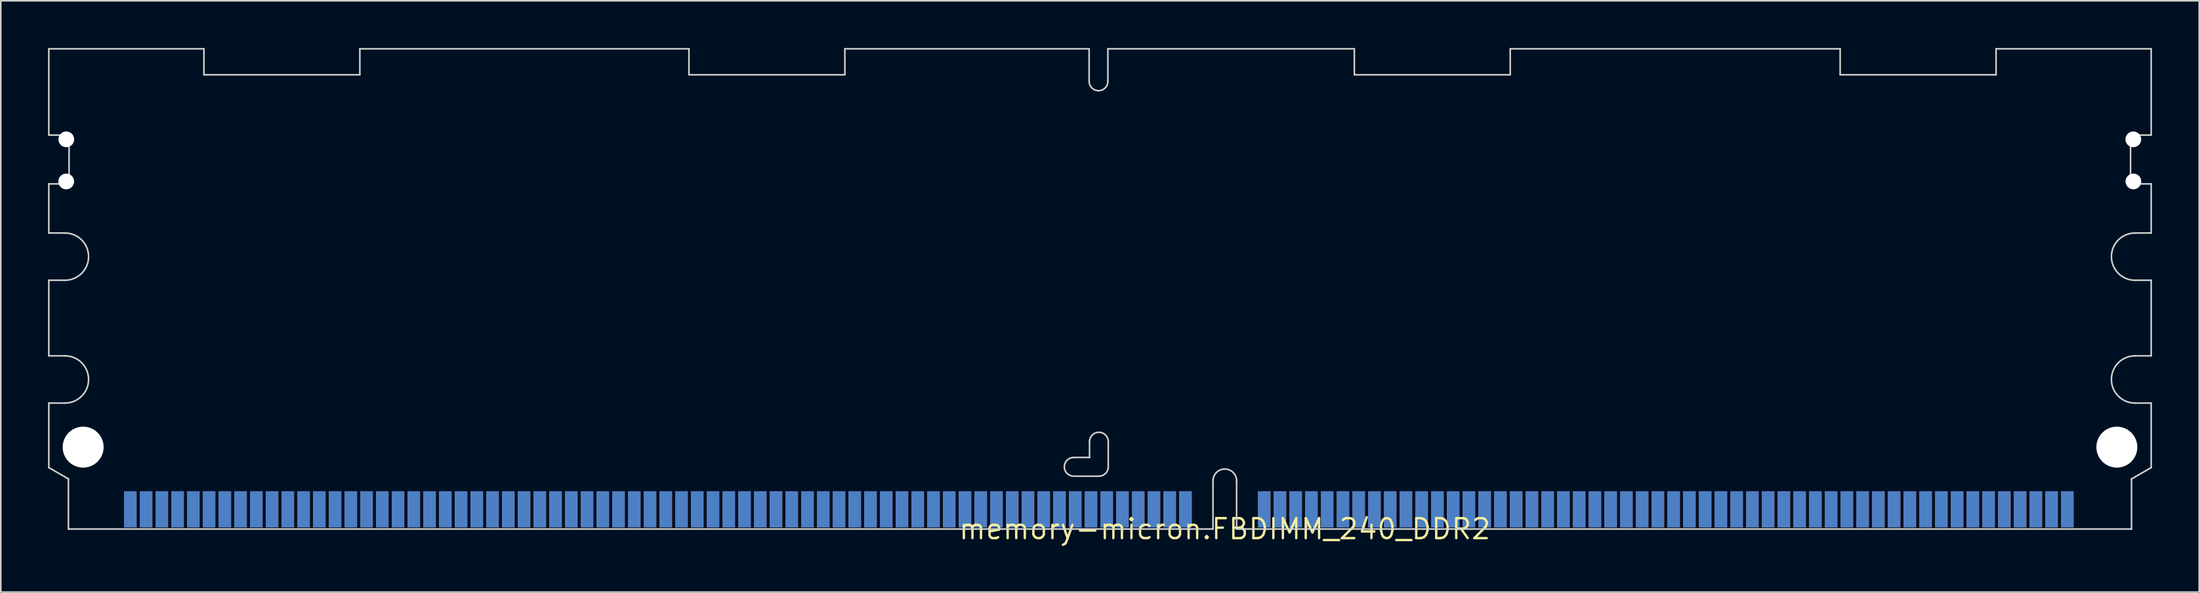
<source format=kicad_pcb>
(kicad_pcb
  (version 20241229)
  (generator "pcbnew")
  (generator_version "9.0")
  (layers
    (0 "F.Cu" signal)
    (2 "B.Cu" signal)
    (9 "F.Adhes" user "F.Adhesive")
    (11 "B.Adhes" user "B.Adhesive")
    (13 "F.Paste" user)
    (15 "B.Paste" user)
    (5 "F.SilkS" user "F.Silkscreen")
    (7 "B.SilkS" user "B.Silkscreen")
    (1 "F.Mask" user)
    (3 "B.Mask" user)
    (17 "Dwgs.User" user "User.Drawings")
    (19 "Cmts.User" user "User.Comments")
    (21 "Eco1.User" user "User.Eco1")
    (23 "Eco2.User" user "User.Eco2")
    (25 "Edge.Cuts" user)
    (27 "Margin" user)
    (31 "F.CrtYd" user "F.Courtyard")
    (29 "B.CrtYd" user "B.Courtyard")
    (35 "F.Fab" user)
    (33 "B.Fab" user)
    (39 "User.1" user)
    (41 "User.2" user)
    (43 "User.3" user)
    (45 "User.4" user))
  (footprint "memory-micron.FBDIMM_240_DDR2"
    (layer "F.Cu")
    (at 74.725 30.55)
    (property "Reference" "memory-micron.FBDIMM_240_DDR2" (at 0 0 0) (layer "F.SilkS") (effects (font (size 1.27 1.27) (thickness 0.15))))
    (attr smd)
    (fp_rect (start -70 0) (end 54 -2.5) (stroke (width 0.05) (type default)) (fill yes) (layer "F.Mask"))
    (fp_rect (start -65.95 0.075) (end -65.05 -2.45) (stroke (width 0.05) (type default)) (fill yes) (layer "F.Mask"))
    (fp_rect (start -64.95 0.075) (end -64.05 -2.45) (stroke (width 0.05) (type default)) (fill yes) (layer "F.Mask"))
    (fp_rect (start -63.95 0.075) (end -63.05 -2.45) (stroke (width 0.05) (type default)) (fill yes) (layer "F.Mask"))
    (fp_rect (start -62.95 0.075) (end -62.05 -2.45) (stroke (width 0.05) (type default)) (fill yes) (layer "F.Mask"))
    (fp_rect (start -61.95 0.075) (end -61.05 -2.45) (stroke (width 0.05) (type default)) (fill yes) (layer "F.Mask"))
    (fp_rect (start -60.95 0.075) (end -60.05 -2.45) (stroke (width 0.05) (type default)) (fill yes) (layer "F.Mask"))
    (fp_rect (start -59.95 0.075) (end -59.05 -2.45) (stroke (width 0.05) (type default)) (fill yes) (layer "F.Mask"))
    (fp_rect (start -58.95 0.075) (end -58.05 -2.45) (stroke (width 0.05) (type default)) (fill yes) (layer "F.Mask"))
    (fp_rect (start -57.95 0.075) (end -57.05 -2.45) (stroke (width 0.05) (type default)) (fill yes) (layer "F.Mask"))
    (fp_rect (start -56.95 0.075) (end -56.05 -2.45) (stroke (width 0.05) (type default)) (fill yes) (layer "F.Mask"))
    (fp_rect (start -55.95 0.075) (end -55.05 -2.45) (stroke (width 0.05) (type default)) (fill yes) (layer "F.Mask"))
    (fp_rect (start -54.95 0.075) (end -54.05 -2.45) (stroke (width 0.05) (type default)) (fill yes) (layer "F.Mask"))
    (fp_rect (start -53.95 0.075) (end -53.05 -2.45) (stroke (width 0.05) (type default)) (fill yes) (layer "F.Mask"))
    (fp_rect (start -52.95 0.075) (end -52.05 -2.45) (stroke (width 0.05) (type default)) (fill yes) (layer "F.Mask"))
    (fp_rect (start -51.95 0.075) (end -51.05 -2.45) (stroke (width 0.05) (type default)) (fill yes) (layer "F.Mask"))
    (fp_rect (start -50.95 0.075) (end -50.05 -2.45) (stroke (width 0.05) (type default)) (fill yes) (layer "F.Mask"))
    (fp_rect (start -49.95 0.075) (end -49.05 -2.45) (stroke (width 0.05) (type default)) (fill yes) (layer "F.Mask"))
    (fp_rect (start -48.95 0.075) (end -48.05 -2.45) (stroke (width 0.05) (type default)) (fill yes) (layer "F.Mask"))
    (fp_rect (start -47.95 0.075) (end -47.05 -2.45) (stroke (width 0.05) (type default)) (fill yes) (layer "F.Mask"))
    (fp_rect (start -46.95 0.075) (end -46.05 -2.45) (stroke (width 0.05) (type default)) (fill yes) (layer "F.Mask"))
    (fp_rect (start -45.95 0.075) (end -45.05 -2.45) (stroke (width 0.05) (type default)) (fill yes) (layer "F.Mask"))
    (fp_rect (start -44.95 0.075) (end -44.05 -2.45) (stroke (width 0.05) (type default)) (fill yes) (layer "F.Mask"))
    (fp_rect (start -43.95 0.075) (end -43.05 -2.45) (stroke (width 0.05) (type default)) (fill yes) (layer "F.Mask"))
    (fp_rect (start -42.95 0.075) (end -42.05 -2.45) (stroke (width 0.05) (type default)) (fill yes) (layer "F.Mask"))
    (fp_rect (start -41.95 0.075) (end -41.05 -2.45) (stroke (width 0.05) (type default)) (fill yes) (layer "F.Mask"))
    (fp_rect (start -40.95 0.075) (end -40.05 -2.45) (stroke (width 0.05) (type default)) (fill yes) (layer "F.Mask"))
    (fp_rect (start -39.95 0.075) (end -39.05 -2.45) (stroke (width 0.05) (type default)) (fill yes) (layer "F.Mask"))
    (fp_rect (start -38.95 0.075) (end -38.05 -2.45) (stroke (width 0.05) (type default)) (fill yes) (layer "F.Mask"))
    (fp_rect (start -37.95 0.075) (end -37.05 -2.45) (stroke (width 0.05) (type default)) (fill yes) (layer "F.Mask"))
    (fp_rect (start -36.95 0.075) (end -36.05 -2.45) (stroke (width 0.05) (type default)) (fill yes) (layer "F.Mask"))
    (fp_rect (start -35.95 0.075) (end -35.05 -2.45) (stroke (width 0.05) (type default)) (fill yes) (layer "F.Mask"))
    (fp_rect (start -34.95 0.075) (end -34.05 -2.45) (stroke (width 0.05) (type default)) (fill yes) (layer "F.Mask"))
    (fp_rect (start -33.95 0.075) (end -33.05 -2.45) (stroke (width 0.05) (type default)) (fill yes) (layer "F.Mask"))
    (fp_rect (start -32.95 0.075) (end -32.05 -2.45) (stroke (width 0.05) (type default)) (fill yes) (layer "F.Mask"))
    (fp_rect (start -31.95 0.075) (end -31.05 -2.45) (stroke (width 0.05) (type default)) (fill yes) (layer "F.Mask"))
    (fp_rect (start -30.95 0.075) (end -30.05 -2.45) (stroke (width 0.05) (type default)) (fill yes) (layer "F.Mask"))
    (fp_rect (start -29.95 0.075) (end -29.05 -2.45) (stroke (width 0.05) (type default)) (fill yes) (layer "F.Mask"))
    (fp_rect (start -28.95 0.075) (end -28.05 -2.45) (stroke (width 0.05) (type default)) (fill yes) (layer "F.Mask"))
    (fp_rect (start -27.95 0.075) (end -27.05 -2.45) (stroke (width 0.05) (type default)) (fill yes) (layer "F.Mask"))
    (fp_rect (start -26.95 0.075) (end -26.05 -2.45) (stroke (width 0.05) (type default)) (fill yes) (layer "F.Mask"))
    (fp_rect (start -25.95 0.075) (end -25.05 -2.45) (stroke (width 0.05) (type default)) (fill yes) (layer "F.Mask"))
    (fp_rect (start -24.95 0.075) (end -24.05 -2.45) (stroke (width 0.05) (type default)) (fill yes) (layer "F.Mask"))
    (fp_rect (start -23.95 0.075) (end -23.05 -2.45) (stroke (width 0.05) (type default)) (fill yes) (layer "F.Mask"))
    (fp_rect (start -22.95 0.075) (end -22.05 -2.45) (stroke (width 0.05) (type default)) (fill yes) (layer "F.Mask"))
    (fp_rect (start -21.95 0.075) (end -21.05 -2.45) (stroke (width 0.05) (type default)) (fill yes) (layer "F.Mask"))
    (fp_rect (start -20.95 0.075) (end -20.05 -2.45) (stroke (width 0.05) (type default)) (fill yes) (layer "F.Mask"))
    (fp_rect (start -19.95 0.075) (end -19.05 -2.45) (stroke (width 0.05) (type default)) (fill yes) (layer "F.Mask"))
    (fp_rect (start -18.95 0.075) (end -18.05 -2.45) (stroke (width 0.05) (type default)) (fill yes) (layer "F.Mask"))
    (fp_rect (start -17.95 0.075) (end -17.05 -2.45) (stroke (width 0.05) (type default)) (fill yes) (layer "F.Mask"))
    (fp_rect (start -16.95 0.075) (end -16.05 -2.45) (stroke (width 0.05) (type default)) (fill yes) (layer "F.Mask"))
    (fp_rect (start -15.95 0.075) (end -15.05 -2.45) (stroke (width 0.05) (type default)) (fill yes) (layer "F.Mask"))
    (fp_rect (start -14.95 0.075) (end -14.05 -2.45) (stroke (width 0.05) (type default)) (fill yes) (layer "F.Mask"))
    (fp_rect (start -13.95 0.075) (end -13.05 -2.45) (stroke (width 0.05) (type default)) (fill yes) (layer "F.Mask"))
    (fp_rect (start -12.95 0.075) (end -12.05 -2.45) (stroke (width 0.05) (type default)) (fill yes) (layer "F.Mask"))
    (fp_rect (start -11.95 0.075) (end -11.05 -2.45) (stroke (width 0.05) (type default)) (fill yes) (layer "F.Mask"))
    (fp_rect (start -10.95 0.075) (end -10.05 -2.45) (stroke (width 0.05) (type default)) (fill yes) (layer "F.Mask"))
    (fp_rect (start -9.95 0.075) (end -9.05 -2.45) (stroke (width 0.05) (type default)) (fill yes) (layer "F.Mask"))
    (fp_rect (start -8.95 0.075) (end -8.05 -2.45) (stroke (width 0.05) (type default)) (fill yes) (layer "F.Mask"))
    (fp_rect (start -7.95 0.075) (end -7.05 -2.45) (stroke (width 0.05) (type default)) (fill yes) (layer "F.Mask"))
    (fp_rect (start -6.95 0.075) (end -6.05 -2.45) (stroke (width 0.05) (type default)) (fill yes) (layer "F.Mask"))
    (fp_rect (start -5.95 0.075) (end -5.05 -2.45) (stroke (width 0.05) (type default)) (fill yes) (layer "F.Mask"))
    (fp_rect (start -4.95 0.075) (end -4.05 -2.45) (stroke (width 0.05) (type default)) (fill yes) (layer "F.Mask"))
    (fp_rect (start -3.95 0.075) (end -3.05 -2.45) (stroke (width 0.05) (type default)) (fill yes) (layer "F.Mask"))
    (fp_rect (start -2.95 0.075) (end -2.05 -2.45) (stroke (width 0.05) (type default)) (fill yes) (layer "F.Mask"))
    (fp_rect (start 2.55 0.075) (end 3.45 -2.45) (stroke (width 0.05) (type default)) (fill yes) (layer "F.Mask"))
    (fp_rect (start 3.55 0.075) (end 4.45 -2.45) (stroke (width 0.05) (type default)) (fill yes) (layer "F.Mask"))
    (fp_rect (start 4.55 0.075) (end 5.45 -2.45) (stroke (width 0.05) (type default)) (fill yes) (layer "F.Mask"))
    (fp_rect (start 5.55 0.075) (end 6.45 -2.45) (stroke (width 0.05) (type default)) (fill yes) (layer "F.Mask"))
    (fp_rect (start 6.55 0.075) (end 7.45 -2.45) (stroke (width 0.05) (type default)) (fill yes) (layer "F.Mask"))
    (fp_rect (start 7.55 0.075) (end 8.45 -2.45) (stroke (width 0.05) (type default)) (fill yes) (layer "F.Mask"))
    (fp_rect (start 8.55 0.075) (end 9.45 -2.45) (stroke (width 0.05) (type default)) (fill yes) (layer "F.Mask"))
    (fp_rect (start 9.55 0.075) (end 10.45 -2.45) (stroke (width 0.05) (type default)) (fill yes) (layer "F.Mask"))
    (fp_rect (start 10.55 0.075) (end 11.45 -2.45) (stroke (width 0.05) (type default)) (fill yes) (layer "F.Mask"))
    (fp_rect (start 11.55 0.075) (end 12.45 -2.45) (stroke (width 0.05) (type default)) (fill yes) (layer "F.Mask"))
    (fp_rect (start 12.55 0.075) (end 13.45 -2.45) (stroke (width 0.05) (type default)) (fill yes) (layer "F.Mask"))
    (fp_rect (start 13.55 0.075) (end 14.45 -2.45) (stroke (width 0.05) (type default)) (fill yes) (layer "F.Mask"))
    (fp_rect (start 14.55 0.075) (end 15.45 -2.45) (stroke (width 0.05) (type default)) (fill yes) (layer "F.Mask"))
    (fp_rect (start 15.55 0.075) (end 16.45 -2.45) (stroke (width 0.05) (type default)) (fill yes) (layer "F.Mask"))
    (fp_rect (start 16.55 0.075) (end 17.45 -2.45) (stroke (width 0.05) (type default)) (fill yes) (layer "F.Mask"))
    (fp_rect (start 17.55 0.075) (end 18.45 -2.45) (stroke (width 0.05) (type default)) (fill yes) (layer "F.Mask"))
    (fp_rect (start 18.55 0.075) (end 19.45 -2.45) (stroke (width 0.05) (type default)) (fill yes) (layer "F.Mask"))
    (fp_rect (start 19.55 0.075) (end 20.45 -2.45) (stroke (width 0.05) (type default)) (fill yes) (layer "F.Mask"))
    (fp_rect (start 20.55 0.075) (end 21.45 -2.45) (stroke (width 0.05) (type default)) (fill yes) (layer "F.Mask"))
    (fp_rect (start 21.55 0.075) (end 22.45 -2.45) (stroke (width 0.05) (type default)) (fill yes) (layer "F.Mask"))
    (fp_rect (start 22.55 0.075) (end 23.45 -2.45) (stroke (width 0.05) (type default)) (fill yes) (layer "F.Mask"))
    (fp_rect (start 23.55 0.075) (end 24.45 -2.45) (stroke (width 0.05) (type default)) (fill yes) (layer "F.Mask"))
    (fp_rect (start 24.55 0.075) (end 25.45 -2.45) (stroke (width 0.05) (type default)) (fill yes) (layer "F.Mask"))
    (fp_rect (start 25.55 0.075) (end 26.45 -2.45) (stroke (width 0.05) (type default)) (fill yes) (layer "F.Mask"))
    (fp_rect (start 26.55 0.075) (end 27.45 -2.45) (stroke (width 0.05) (type default)) (fill yes) (layer "F.Mask"))
    (fp_rect (start 27.55 0.075) (end 28.45 -2.45) (stroke (width 0.05) (type default)) (fill yes) (layer "F.Mask"))
    (fp_rect (start 28.55 0.075) (end 29.45 -2.45) (stroke (width 0.05) (type default)) (fill yes) (layer "F.Mask"))
    (fp_rect (start 29.55 0.075) (end 30.45 -2.45) (stroke (width 0.05) (type default)) (fill yes) (layer "F.Mask"))
    (fp_rect (start 30.55 0.075) (end 31.45 -2.45) (stroke (width 0.05) (type default)) (fill yes) (layer "F.Mask"))
    (fp_rect (start 31.55 0.075) (end 32.45 -2.45) (stroke (width 0.05) (type default)) (fill yes) (layer "F.Mask"))
    (fp_rect (start 32.55 0.075) (end 33.45 -2.45) (stroke (width 0.05) (type default)) (fill yes) (layer "F.Mask"))
    (fp_rect (start 33.55 0.075) (end 34.45 -2.45) (stroke (width 0.05) (type default)) (fill yes) (layer "F.Mask"))
    (fp_rect (start 34.55 0.075) (end 35.45 -2.45) (stroke (width 0.05) (type default)) (fill yes) (layer "F.Mask"))
    (fp_rect (start 35.55 0.075) (end 36.45 -2.45) (stroke (width 0.05) (type default)) (fill yes) (layer "F.Mask"))
    (fp_rect (start 36.55 0.075) (end 37.45 -2.45) (stroke (width 0.05) (type default)) (fill yes) (layer "F.Mask"))
    (fp_rect (start 37.55 0.075) (end 38.45 -2.45) (stroke (width 0.05) (type default)) (fill yes) (layer "F.Mask"))
    (fp_rect (start 38.55 0.075) (end 39.45 -2.45) (stroke (width 0.05) (type default)) (fill yes) (layer "F.Mask"))
    (fp_rect (start 39.55 0.075) (end 40.45 -2.45) (stroke (width 0.05) (type default)) (fill yes) (layer "F.Mask"))
    (fp_rect (start 40.55 0.075) (end 41.45 -2.45) (stroke (width 0.05) (type default)) (fill yes) (layer "F.Mask"))
    (fp_rect (start 41.55 0.075) (end 42.45 -2.45) (stroke (width 0.05) (type default)) (fill yes) (layer "F.Mask"))
    (fp_rect (start 42.55 0.075) (end 43.45 -2.45) (stroke (width 0.05) (type default)) (fill yes) (layer "F.Mask"))
    (fp_rect (start 43.55 0.075) (end 44.45 -2.45) (stroke (width 0.05) (type default)) (fill yes) (layer "F.Mask"))
    (fp_rect (start 44.55 0.075) (end 45.45 -2.45) (stroke (width 0.05) (type default)) (fill yes) (layer "F.Mask"))
    (fp_rect (start 45.55 0.075) (end 46.45 -2.45) (stroke (width 0.05) (type default)) (fill yes) (layer "F.Mask"))
    (fp_rect (start 46.55 0.075) (end 47.45 -2.45) (stroke (width 0.05) (type default)) (fill yes) (layer "F.Mask"))
    (fp_rect (start 47.55 0.075) (end 48.45 -2.45) (stroke (width 0.05) (type default)) (fill yes) (layer "F.Mask"))
    (fp_rect (start 48.55 0.075) (end 49.45 -2.45) (stroke (width 0.05) (type default)) (fill yes) (layer "F.Mask"))
    (fp_rect (start 49.55 0.075) (end 50.45 -2.45) (stroke (width 0.05) (type default)) (fill yes) (layer "F.Mask"))
    (fp_rect (start 50.55 0.075) (end 51.45 -2.45) (stroke (width 0.05) (type default)) (fill yes) (layer "F.Mask"))
    (fp_rect (start 51.55 0.075) (end 52.45 -2.45) (stroke (width 0.05) (type default)) (fill yes) (layer "F.Mask"))
    (fp_rect (start 52.55 0.075) (end 53.45 -2.45) (stroke (width 0.05) (type default)) (fill yes) (layer "F.Mask"))
    (fp_rect (start 53.55 0.075) (end 54.45 -2.45) (stroke (width 0.05) (type default)) (fill yes) (layer "F.Mask"))
    (fp_rect (start 54.55 0.075) (end 55.45 -2.45) (stroke (width 0.05) (type default)) (fill yes) (layer "F.Mask"))
    (fp_rect (start 55.55 0.075) (end 56.45 -2.45) (stroke (width 0.05) (type default)) (fill yes) (layer "F.Mask"))
    (fp_rect (start 56.55 0.075) (end 57.45 -2.45) (stroke (width 0.05) (type default)) (fill yes) (layer "F.Mask"))
    (fp_rect (start 57.55 0.075) (end 58.45 -2.45) (stroke (width 0.05) (type default)) (fill yes) (layer "F.Mask"))
    (fp_rect (start -70 0) (end 54 -2.5) (stroke (width 0.05) (type default)) (fill yes) (layer "B.Mask"))
    (fp_rect (start -65.95 0.075) (end -65.05 -2.45) (stroke (width 0.05) (type default)) (fill yes) (layer "B.Mask"))
    (fp_rect (start -64.95 0.075) (end -64.05 -2.45) (stroke (width 0.05) (type default)) (fill yes) (layer "B.Mask"))
    (fp_rect (start -63.95 0.075) (end -63.05 -2.45) (stroke (width 0.05) (type default)) (fill yes) (layer "B.Mask"))
    (fp_rect (start -62.95 0.075) (end -62.05 -2.45) (stroke (width 0.05) (type default)) (fill yes) (layer "B.Mask"))
    (fp_rect (start -61.95 0.075) (end -61.05 -2.45) (stroke (width 0.05) (type default)) (fill yes) (layer "B.Mask"))
    (fp_rect (start -60.95 0.075) (end -60.05 -2.45) (stroke (width 0.05) (type default)) (fill yes) (layer "B.Mask"))
    (fp_rect (start -59.95 0.075) (end -59.05 -2.45) (stroke (width 0.05) (type default)) (fill yes) (layer "B.Mask"))
    (fp_rect (start -58.95 0.075) (end -58.05 -2.45) (stroke (width 0.05) (type default)) (fill yes) (layer "B.Mask"))
    (fp_rect (start -57.95 0.075) (end -57.05 -2.45) (stroke (width 0.05) (type default)) (fill yes) (layer "B.Mask"))
    (fp_rect (start -56.95 0.075) (end -56.05 -2.45) (stroke (width 0.05) (type default)) (fill yes) (layer "B.Mask"))
    (fp_rect (start -55.95 0.075) (end -55.05 -2.45) (stroke (width 0.05) (type default)) (fill yes) (layer "B.Mask"))
    (fp_rect (start -54.95 0.075) (end -54.05 -2.45) (stroke (width 0.05) (type default)) (fill yes) (layer "B.Mask"))
    (fp_rect (start -53.95 0.075) (end -53.05 -2.45) (stroke (width 0.05) (type default)) (fill yes) (layer "B.Mask"))
    (fp_rect (start -52.95 0.075) (end -52.05 -2.45) (stroke (width 0.05) (type default)) (fill yes) (layer "B.Mask"))
    (fp_rect (start -51.95 0.075) (end -51.05 -2.45) (stroke (width 0.05) (type default)) (fill yes) (layer "B.Mask"))
    (fp_rect (start -50.95 0.075) (end -50.05 -2.45) (stroke (width 0.05) (type default)) (fill yes) (layer "B.Mask"))
    (fp_rect (start -49.95 0.075) (end -49.05 -2.45) (stroke (width 0.05) (type default)) (fill yes) (layer "B.Mask"))
    (fp_rect (start -48.95 0.075) (end -48.05 -2.45) (stroke (width 0.05) (type default)) (fill yes) (layer "B.Mask"))
    (fp_rect (start -47.95 0.075) (end -47.05 -2.45) (stroke (width 0.05) (type default)) (fill yes) (layer "B.Mask"))
    (fp_rect (start -46.95 0.075) (end -46.05 -2.45) (stroke (width 0.05) (type default)) (fill yes) (layer "B.Mask"))
    (fp_rect (start -45.95 0.075) (end -45.05 -2.45) (stroke (width 0.05) (type default)) (fill yes) (layer "B.Mask"))
    (fp_rect (start -44.95 0.075) (end -44.05 -2.45) (stroke (width 0.05) (type default)) (fill yes) (layer "B.Mask"))
    (fp_rect (start -43.95 0.075) (end -43.05 -2.45) (stroke (width 0.05) (type default)) (fill yes) (layer "B.Mask"))
    (fp_rect (start -42.95 0.075) (end -42.05 -2.45) (stroke (width 0.05) (type default)) (fill yes) (layer "B.Mask"))
    (fp_rect (start -41.95 0.075) (end -41.05 -2.45) (stroke (width 0.05) (type default)) (fill yes) (layer "B.Mask"))
    (fp_rect (start -40.95 0.075) (end -40.05 -2.45) (stroke (width 0.05) (type default)) (fill yes) (layer "B.Mask"))
    (fp_rect (start -39.95 0.075) (end -39.05 -2.45) (stroke (width 0.05) (type default)) (fill yes) (layer "B.Mask"))
    (fp_rect (start -38.95 0.075) (end -38.05 -2.45) (stroke (width 0.05) (type default)) (fill yes) (layer "B.Mask"))
    (fp_rect (start -37.95 0.075) (end -37.05 -2.45) (stroke (width 0.05) (type default)) (fill yes) (layer "B.Mask"))
    (fp_rect (start -36.95 0.075) (end -36.05 -2.45) (stroke (width 0.05) (type default)) (fill yes) (layer "B.Mask"))
    (fp_rect (start -35.95 0.075) (end -35.05 -2.45) (stroke (width 0.05) (type default)) (fill yes) (layer "B.Mask"))
    (fp_rect (start -34.95 0.075) (end -34.05 -2.45) (stroke (width 0.05) (type default)) (fill yes) (layer "B.Mask"))
    (fp_rect (start -33.95 0.075) (end -33.05 -2.45) (stroke (width 0.05) (type default)) (fill yes) (layer "B.Mask"))
    (fp_rect (start -32.95 0.075) (end -32.05 -2.45) (stroke (width 0.05) (type default)) (fill yes) (layer "B.Mask"))
    (fp_rect (start -31.95 0.075) (end -31.05 -2.45) (stroke (width 0.05) (type default)) (fill yes) (layer "B.Mask"))
    (fp_rect (start -30.95 0.075) (end -30.05 -2.45) (stroke (width 0.05) (type default)) (fill yes) (layer "B.Mask"))
    (fp_rect (start -29.95 0.075) (end -29.05 -2.45) (stroke (width 0.05) (type default)) (fill yes) (layer "B.Mask"))
    (fp_rect (start -28.95 0.075) (end -28.05 -2.45) (stroke (width 0.05) (type default)) (fill yes) (layer "B.Mask"))
    (fp_rect (start -27.95 0.075) (end -27.05 -2.45) (stroke (width 0.05) (type default)) (fill yes) (layer "B.Mask"))
    (fp_rect (start -26.95 0.075) (end -26.05 -2.45) (stroke (width 0.05) (type default)) (fill yes) (layer "B.Mask"))
    (fp_rect (start -25.95 0.075) (end -25.05 -2.45) (stroke (width 0.05) (type default)) (fill yes) (layer "B.Mask"))
    (fp_rect (start -24.95 0.075) (end -24.05 -2.45) (stroke (width 0.05) (type default)) (fill yes) (layer "B.Mask"))
    (fp_rect (start -23.95 0.075) (end -23.05 -2.45) (stroke (width 0.05) (type default)) (fill yes) (layer "B.Mask"))
    (fp_rect (start -22.95 0.075) (end -22.05 -2.45) (stroke (width 0.05) (type default)) (fill yes) (layer "B.Mask"))
    (fp_rect (start -21.95 0.075) (end -21.05 -2.45) (stroke (width 0.05) (type default)) (fill yes) (layer "B.Mask"))
    (fp_rect (start -20.95 0.075) (end -20.05 -2.45) (stroke (width 0.05) (type default)) (fill yes) (layer "B.Mask"))
    (fp_rect (start -19.95 0.075) (end -19.05 -2.45) (stroke (width 0.05) (type default)) (fill yes) (layer "B.Mask"))
    (fp_rect (start -18.95 0.075) (end -18.05 -2.45) (stroke (width 0.05) (type default)) (fill yes) (layer "B.Mask"))
    (fp_rect (start -17.95 0.075) (end -17.05 -2.45) (stroke (width 0.05) (type default)) (fill yes) (layer "B.Mask"))
    (fp_rect (start -16.95 0.075) (end -16.05 -2.45) (stroke (width 0.05) (type default)) (fill yes) (layer "B.Mask"))
    (fp_rect (start -15.95 0.075) (end -15.05 -2.45) (stroke (width 0.05) (type default)) (fill yes) (layer "B.Mask"))
    (fp_rect (start -14.95 0.075) (end -14.05 -2.45) (stroke (width 0.05) (type default)) (fill yes) (layer "B.Mask"))
    (fp_rect (start -13.95 0.075) (end -13.05 -2.45) (stroke (width 0.05) (type default)) (fill yes) (layer "B.Mask"))
    (fp_rect (start -12.95 0.075) (end -12.05 -2.45) (stroke (width 0.05) (type default)) (fill yes) (layer "B.Mask"))
    (fp_rect (start -11.95 0.075) (end -11.05 -2.45) (stroke (width 0.05) (type default)) (fill yes) (layer "B.Mask"))
    (fp_rect (start -10.95 0.075) (end -10.05 -2.45) (stroke (width 0.05) (type default)) (fill yes) (layer "B.Mask"))
    (fp_rect (start -9.95 0.075) (end -9.05 -2.45) (stroke (width 0.05) (type default)) (fill yes) (layer "B.Mask"))
    (fp_rect (start -8.95 0.075) (end -8.05 -2.45) (stroke (width 0.05) (type default)) (fill yes) (layer "B.Mask"))
    (fp_rect (start -7.95 0.075) (end -7.05 -2.45) (stroke (width 0.05) (type default)) (fill yes) (layer "B.Mask"))
    (fp_rect (start -6.95 0.075) (end -6.05 -2.45) (stroke (width 0.05) (type default)) (fill yes) (layer "B.Mask"))
    (fp_rect (start -5.95 0.075) (end -5.05 -2.45) (stroke (width 0.05) (type default)) (fill yes) (layer "B.Mask"))
    (fp_rect (start -4.95 0.075) (end -4.05 -2.45) (stroke (width 0.05) (type default)) (fill yes) (layer "B.Mask"))
    (fp_rect (start -3.95 0.075) (end -3.05 -2.45) (stroke (width 0.05) (type default)) (fill yes) (layer "B.Mask"))
    (fp_rect (start -2.95 0.075) (end -2.05 -2.45) (stroke (width 0.05) (type default)) (fill yes) (layer "B.Mask"))
    (fp_rect (start 2.55 0.075) (end 3.45 -2.45) (stroke (width 0.05) (type default)) (fill yes) (layer "B.Mask"))
    (fp_rect (start 3.55 0.075) (end 4.45 -2.45) (stroke (width 0.05) (type default)) (fill yes) (layer "B.Mask"))
    (fp_rect (start 4.55 0.075) (end 5.45 -2.45) (stroke (width 0.05) (type default)) (fill yes) (layer "B.Mask"))
    (fp_rect (start 5.55 0.075) (end 6.45 -2.45) (stroke (width 0.05) (type default)) (fill yes) (layer "B.Mask"))
    (fp_rect (start 6.55 0.075) (end 7.45 -2.45) (stroke (width 0.05) (type default)) (fill yes) (layer "B.Mask"))
    (fp_rect (start 7.55 0.075) (end 8.45 -2.45) (stroke (width 0.05) (type default)) (fill yes) (layer "B.Mask"))
    (fp_rect (start 8.55 0.075) (end 9.45 -2.45) (stroke (width 0.05) (type default)) (fill yes) (layer "B.Mask"))
    (fp_rect (start 9.55 0.075) (end 10.45 -2.45) (stroke (width 0.05) (type default)) (fill yes) (layer "B.Mask"))
    (fp_rect (start 10.55 0.075) (end 11.45 -2.45) (stroke (width 0.05) (type default)) (fill yes) (layer "B.Mask"))
    (fp_rect (start 11.55 0.075) (end 12.45 -2.45) (stroke (width 0.05) (type default)) (fill yes) (layer "B.Mask"))
    (fp_rect (start 12.55 0.075) (end 13.45 -2.45) (stroke (width 0.05) (type default)) (fill yes) (layer "B.Mask"))
    (fp_rect (start 13.55 0.075) (end 14.45 -2.45) (stroke (width 0.05) (type default)) (fill yes) (layer "B.Mask"))
    (fp_rect (start 14.55 0.075) (end 15.45 -2.45) (stroke (width 0.05) (type default)) (fill yes) (layer "B.Mask"))
    (fp_rect (start 15.55 0.075) (end 16.45 -2.45) (stroke (width 0.05) (type default)) (fill yes) (layer "B.Mask"))
    (fp_rect (start 16.55 0.075) (end 17.45 -2.45) (stroke (width 0.05) (type default)) (fill yes) (layer "B.Mask"))
    (fp_rect (start 17.55 0.075) (end 18.45 -2.45) (stroke (width 0.05) (type default)) (fill yes) (layer "B.Mask"))
    (fp_rect (start 18.55 0.075) (end 19.45 -2.45) (stroke (width 0.05) (type default)) (fill yes) (layer "B.Mask"))
    (fp_rect (start 19.55 0.075) (end 20.45 -2.45) (stroke (width 0.05) (type default)) (fill yes) (layer "B.Mask"))
    (fp_rect (start 20.55 0.075) (end 21.45 -2.45) (stroke (width 0.05) (type default)) (fill yes) (layer "B.Mask"))
    (fp_rect (start 21.55 0.075) (end 22.45 -2.45) (stroke (width 0.05) (type default)) (fill yes) (layer "B.Mask"))
    (fp_rect (start 22.55 0.075) (end 23.45 -2.45) (stroke (width 0.05) (type default)) (fill yes) (layer "B.Mask"))
    (fp_rect (start 23.55 0.075) (end 24.45 -2.45) (stroke (width 0.05) (type default)) (fill yes) (layer "B.Mask"))
    (fp_rect (start 24.55 0.075) (end 25.45 -2.45) (stroke (width 0.05) (type default)) (fill yes) (layer "B.Mask"))
    (fp_rect (start 25.55 0.075) (end 26.45 -2.45) (stroke (width 0.05) (type default)) (fill yes) (layer "B.Mask"))
    (fp_rect (start 26.55 0.075) (end 27.45 -2.45) (stroke (width 0.05) (type default)) (fill yes) (layer "B.Mask"))
    (fp_rect (start 27.55 0.075) (end 28.45 -2.45) (stroke (width 0.05) (type default)) (fill yes) (layer "B.Mask"))
    (fp_rect (start 28.55 0.075) (end 29.45 -2.45) (stroke (width 0.05) (type default)) (fill yes) (layer "B.Mask"))
    (fp_rect (start 29.55 0.075) (end 30.45 -2.45) (stroke (width 0.05) (type default)) (fill yes) (layer "B.Mask"))
    (fp_rect (start 30.55 0.075) (end 31.45 -2.45) (stroke (width 0.05) (type default)) (fill yes) (layer "B.Mask"))
    (fp_rect (start 31.55 0.075) (end 32.45 -2.45) (stroke (width 0.05) (type default)) (fill yes) (layer "B.Mask"))
    (fp_rect (start 32.55 0.075) (end 33.45 -2.45) (stroke (width 0.05) (type default)) (fill yes) (layer "B.Mask"))
    (fp_rect (start 33.55 0.075) (end 34.45 -2.45) (stroke (width 0.05) (type default)) (fill yes) (layer "B.Mask"))
    (fp_rect (start 34.55 0.075) (end 35.45 -2.45) (stroke (width 0.05) (type default)) (fill yes) (layer "B.Mask"))
    (fp_rect (start 35.55 0.075) (end 36.45 -2.45) (stroke (width 0.05) (type default)) (fill yes) (layer "B.Mask"))
    (fp_rect (start 36.55 0.075) (end 37.45 -2.45) (stroke (width 0.05) (type default)) (fill yes) (layer "B.Mask"))
    (fp_rect (start 37.55 0.075) (end 38.45 -2.45) (stroke (width 0.05) (type default)) (fill yes) (layer "B.Mask"))
    (fp_rect (start 38.55 0.075) (end 39.45 -2.45) (stroke (width 0.05) (type default)) (fill yes) (layer "B.Mask"))
    (fp_rect (start 39.55 0.075) (end 40.45 -2.45) (stroke (width 0.05) (type default)) (fill yes) (layer "B.Mask"))
    (fp_rect (start 40.55 0.075) (end 41.45 -2.45) (stroke (width 0.05) (type default)) (fill yes) (layer "B.Mask"))
    (fp_rect (start 41.55 0.075) (end 42.45 -2.45) (stroke (width 0.05) (type default)) (fill yes) (layer "B.Mask"))
    (fp_rect (start 42.55 0.075) (end 43.45 -2.45) (stroke (width 0.05) (type default)) (fill yes) (layer "B.Mask"))
    (fp_rect (start 43.55 0.075) (end 44.45 -2.45) (stroke (width 0.05) (type default)) (fill yes) (layer "B.Mask"))
    (fp_rect (start 44.55 0.075) (end 45.45 -2.45) (stroke (width 0.05) (type default)) (fill yes) (layer "B.Mask"))
    (fp_rect (start 45.55 0.075) (end 46.45 -2.45) (stroke (width 0.05) (type default)) (fill yes) (layer "B.Mask"))
    (fp_rect (start 46.55 0.075) (end 47.45 -2.45) (stroke (width 0.05) (type default)) (fill yes) (layer "B.Mask"))
    (fp_rect (start 47.55 0.075) (end 48.45 -2.45) (stroke (width 0.05) (type default)) (fill yes) (layer "B.Mask"))
    (fp_rect (start 48.55 0.075) (end 49.45 -2.45) (stroke (width 0.05) (type default)) (fill yes) (layer "B.Mask"))
    (fp_rect (start 49.55 0.075) (end 50.45 -2.45) (stroke (width 0.05) (type default)) (fill yes) (layer "B.Mask"))
    (fp_rect (start 50.55 0.075) (end 51.45 -2.45) (stroke (width 0.05) (type default)) (fill yes) (layer "B.Mask"))
    (fp_rect (start 51.55 0.075) (end 52.45 -2.45) (stroke (width 0.05) (type default)) (fill yes) (layer "B.Mask"))
    (fp_rect (start 52.55 0.075) (end 53.45 -2.45) (stroke (width 0.05) (type default)) (fill yes) (layer "B.Mask"))
    (fp_rect (start 53.55 0.075) (end 54.45 -2.45) (stroke (width 0.05) (type default)) (fill yes) (layer "B.Mask"))
    (fp_rect (start 54.55 0.075) (end 55.45 -2.45) (stroke (width 0.05) (type default)) (fill yes) (layer "B.Mask"))
    (fp_rect (start 55.55 0.075) (end 56.45 -2.45) (stroke (width 0.05) (type default)) (fill yes) (layer "B.Mask"))
    (fp_rect (start 56.55 0.075) (end 57.45 -2.45) (stroke (width 0.05) (type default)) (fill yes) (layer "B.Mask"))
    (fp_rect (start 57.55 0.075) (end 58.45 -2.45) (stroke (width 0.05) (type default)) (fill yes) (layer "B.Mask"))
    (fp_line (start -74.675 -30.5) (end -74.675 -25.02) (stroke (width 0.1) (type default)) (layer "Edge.Cuts"))
    (fp_line (start -74.675 -21.92) (end -74.675 -18.8) (stroke (width 0.1) (type default)) (layer "Edge.Cuts"))
    (fp_line (start -74.675 -18.8) (end -73.65 -18.8) (stroke (width 0.1) (type default)) (layer "Edge.Cuts"))
    (fp_line (start -74.675 -15.8) (end -74.675 -11) (stroke (width 0.1) (type default)) (layer "Edge.Cuts"))
    (fp_line (start -74.675 -15.8) (end -73.65 -15.8) (stroke (width 0.1) (type default)) (layer "Edge.Cuts"))
    (fp_line (start -74.675 -11) (end -73.65 -11) (stroke (width 0.1) (type default)) (layer "Edge.Cuts"))
    (fp_line (start -74.675 -8) (end -74.675 -3.9) (stroke (width 0.1) (type default)) (layer "Edge.Cuts"))
    (fp_line (start -74.675 -8) (end -73.65 -8) (stroke (width 0.1) (type default)) (layer "Edge.Cuts"))
    (fp_line (start -74.675 -3.9) (end -73.43 -3.185) (stroke (width 0.1) (type default)) (layer "Edge.Cuts"))
    (fp_line (start -74.04 -21.92) (end -74.675 -21.92) (stroke (width 0.1) (type default)) (layer "Edge.Cuts"))
    (fp_line (start -73.98 -25.02) (end -74.675 -25.02) (stroke (width 0.1) (type default)) (layer "Edge.Cuts"))
    (fp_line (start -73.43 0) (end -73.43 -3.185) (stroke (width 0.1) (type default)) (layer "Edge.Cuts"))
    (fp_line (start -73.43 0) (end -0.75 0) (stroke (width 0.1) (type default)) (layer "Edge.Cuts"))
    (fp_line (start -73.39 -24.27) (end -73.39 -22.535) (stroke (width 0.1) (type default)) (layer "Edge.Cuts"))
    (fp_line (start -64.825 -30.5) (end -74.675 -30.5) (stroke (width 0.1) (type default)) (layer "Edge.Cuts"))
    (fp_line (start -64.825 -28.85) (end -64.825 -30.5) (stroke (width 0.1) (type default)) (layer "Edge.Cuts"))
    (fp_line (start -54.925 -28.85) (end -64.825 -28.85) (stroke (width 0.1) (type default)) (layer "Edge.Cuts"))
    (fp_line (start -54.925 -28.85) (end -54.925 -30.5) (stroke (width 0.1) (type default)) (layer "Edge.Cuts"))
    (fp_line (start -34.025 -30.5) (end -54.925 -30.5) (stroke (width 0.1) (type default)) (layer "Edge.Cuts"))
    (fp_line (start -34.025 -28.85) (end -34.025 -30.5) (stroke (width 0.1) (type default)) (layer "Edge.Cuts"))
    (fp_line (start -24.125 -28.85) (end -34.025 -28.85) (stroke (width 0.1) (type default)) (layer "Edge.Cuts"))
    (fp_line (start -24.125 -28.85) (end -24.125 -30.5) (stroke (width 0.1) (type default)) (layer "Edge.Cuts"))
    (fp_line (start -9.595 -4.545) (end -8.59 -4.545) (stroke (width 0.1) (type default)) (layer "Edge.Cuts"))
    (fp_line (start -8.615 -30.5) (end -24.125 -30.5) (stroke (width 0.1) (type default)) (layer "Edge.Cuts"))
    (fp_line (start -8.615 -30.5) (end -8.615 -28.435) (stroke (width 0.1) (type default)) (layer "Edge.Cuts"))
    (fp_line (start -8.59 -4.545) (end -8.59 -5.55) (stroke (width 0.1) (type default)) (layer "Edge.Cuts"))
    (fp_line (start -7.995 -3.355) (end -9.595 -3.355) (stroke (width 0.1) (type default)) (layer "Edge.Cuts"))
    (fp_line (start -7.425 -30.5) (end -7.425 -28.435) (stroke (width 0.1) (type default)) (layer "Edge.Cuts"))
    (fp_line (start -7.4 -5.55) (end -7.4 -3.95) (stroke (width 0.1) (type default)) (layer "Edge.Cuts"))
    (fp_line (start -0.75 0) (end -0.75 -3.06) (stroke (width 0.1) (type default)) (layer "Edge.Cuts"))
    (fp_line (start 0.75 -3.06) (end 0.75 0) (stroke (width 0.1) (type default)) (layer "Edge.Cuts"))
    (fp_line (start 0.75 0) (end 57.575 0) (stroke (width 0.1) (type default)) (layer "Edge.Cuts"))
    (fp_line (start 8.225 -30.5) (end -7.425 -30.5) (stroke (width 0.1) (type default)) (layer "Edge.Cuts"))
    (fp_line (start 8.225 -28.85) (end 8.225 -30.5) (stroke (width 0.1) (type default)) (layer "Edge.Cuts"))
    (fp_line (start 18.125 -28.85) (end 8.225 -28.85) (stroke (width 0.1) (type default)) (layer "Edge.Cuts"))
    (fp_line (start 18.125 -28.85) (end 18.125 -30.5) (stroke (width 0.1) (type default)) (layer "Edge.Cuts"))
    (fp_line (start 39.075 -30.5) (end 18.125 -30.5) (stroke (width 0.1) (type default)) (layer "Edge.Cuts"))
    (fp_line (start 39.075 -28.85) (end 39.075 -30.5) (stroke (width 0.1) (type default)) (layer "Edge.Cuts"))
    (fp_line (start 48.975 -28.85) (end 39.075 -28.85) (stroke (width 0.1) (type default)) (layer "Edge.Cuts"))
    (fp_line (start 48.975 -28.85) (end 48.975 -30.5) (stroke (width 0.1) (type default)) (layer "Edge.Cuts"))
    (fp_line (start 57.515 -24.27) (end 57.515 -22.535) (stroke (width 0.1) (type default)) (layer "Edge.Cuts"))
    (fp_line (start 57.575 -3.18) (end 58.825 -3.9) (stroke (width 0.1) (type default)) (layer "Edge.Cuts"))
    (fp_line (start 57.575 0) (end 57.575 -3.18) (stroke (width 0.1) (type default)) (layer "Edge.Cuts"))
    (fp_line (start 58.105 -25.02) (end 58.825 -25.02) (stroke (width 0.1) (type default)) (layer "Edge.Cuts"))
    (fp_line (start 58.165 -21.92) (end 58.825 -21.92) (stroke (width 0.1) (type default)) (layer "Edge.Cuts"))
    (fp_line (start 58.825 -30.5) (end 48.975 -30.5) (stroke (width 0.1) (type default)) (layer "Edge.Cuts"))
    (fp_line (start 58.825 -25.02) (end 58.825 -30.5) (stroke (width 0.1) (type default)) (layer "Edge.Cuts"))
    (fp_line (start 58.825 -18.8) (end 57.8 -18.8) (stroke (width 0.1) (type default)) (layer "Edge.Cuts"))
    (fp_line (start 58.825 -18.8) (end 58.825 -21.92) (stroke (width 0.1) (type default)) (layer "Edge.Cuts"))
    (fp_line (start 58.825 -15.8) (end 57.8 -15.8) (stroke (width 0.1) (type default)) (layer "Edge.Cuts"))
    (fp_line (start 58.825 -11) (end 57.8 -11) (stroke (width 0.1) (type default)) (layer "Edge.Cuts"))
    (fp_line (start 58.825 -11) (end 58.825 -15.8) (stroke (width 0.1) (type default)) (layer "Edge.Cuts"))
    (fp_line (start 58.825 -8) (end 57.8 -8) (stroke (width 0.1) (type default)) (layer "Edge.Cuts"))
    (fp_line (start 58.825 -3.9) (end 58.825 -8) (stroke (width 0.1) (type default)) (layer "Edge.Cuts"))
    (fp_arc (start -73.65 -18.8) (mid -72.15 -17.3) (end -73.65 -15.8) (stroke (width 0.1) (type default)) (layer "Edge.Cuts"))
    (fp_arc (start -73.65 -11) (mid -72.15 -9.5) (end -73.65 -8) (stroke (width 0.1) (type default)) (layer "Edge.Cuts"))
    (fp_arc (start -9.595 -3.355) (mid -10.19 -3.95) (end -9.595 -4.545) (stroke (width 0.1) (type default)) (layer "Edge.Cuts"))
    (fp_arc (start -8.59 -5.55) (mid -7.995 -6.145) (end -7.4 -5.55) (stroke (width 0.1) (type default)) (layer "Edge.Cuts"))
    (fp_arc (start -8.02 -27.84) (mid -8.440729 -28.014271) (end -8.615 -28.435) (stroke (width 0.1) (type default)) (layer "Edge.Cuts"))
    (fp_arc (start -7.425 -28.435) (mid -7.599271 -28.014271) (end -8.02 -27.84) (stroke (width 0.1) (type default)) (layer "Edge.Cuts"))
    (fp_arc (start -7.4 -3.95) (mid -7.574271 -3.529271) (end -7.995 -3.355) (stroke (width 0.1) (type default)) (layer "Edge.Cuts"))
    (fp_arc (start -0.75 -3.06) (mid 0 -3.81) (end 0.75 -3.06) (stroke (width 0.1) (type default)) (layer "Edge.Cuts"))
    (fp_arc (start 57.8 -15.8) (mid 56.3 -17.3) (end 57.8 -18.8) (stroke (width 0.1) (type default)) (layer "Edge.Cuts"))
    (fp_arc (start 57.8 -8) (mid 56.3 -9.5) (end 57.8 -11) (stroke (width 0.1) (type default)) (layer "Edge.Cuts"))
    (pad "" np_thru_hole circle (at -73.57 -22.075) (size 1 1) (drill 1) (layers "*.Cu" "*.Mask"))
    (pad "" np_thru_hole circle (at -73.565 -24.75) (size 1 1) (drill 1) (layers "*.Cu" "*.Mask"))
    (pad "" np_thru_hole circle (at -72.495 -5.2) (size 2.6 2.6) (drill 2.6) (layers "*.Cu" "*.Mask"))
    (pad "" np_thru_hole circle (at 56.645 -5.2) (size 2.6 2.6) (drill 2.6) (layers "*.Cu" "*.Mask"))
    (pad "" np_thru_hole circle (at 57.69 -24.75) (size 1 1) (drill 1) (layers "*.Cu" "*.Mask"))
    (pad "" np_thru_hole circle (at 57.695 -22.075) (size 1 1) (drill 1) (layers "*.Cu" "*.Mask"))
    (pad "1" smd roundrect (at -69.5 -1.25) (size 0.8 2.3) (layers "F.Cu" "F.Mask" "F.Paste") (roundrect_rratio 0.01))
    (pad "2" smd roundrect (at -68.5 -1.25) (size 0.8 2.3) (layers "F.Cu" "F.Mask" "F.Paste") (roundrect_rratio 0.01))
    (pad "3" smd roundrect (at -67.5 -1.25) (size 0.8 2.3) (layers "F.Cu" "F.Mask" "F.Paste") (roundrect_rratio 0.01))
    (pad "4" smd roundrect (at -66.5 -1.25) (size 0.8 2.3) (layers "F.Cu" "F.Mask" "F.Paste") (roundrect_rratio 0.01))
    (pad "5" smd roundrect (at -65.5 -1.25) (size 0.8 2.3) (layers "F.Cu" "F.Mask" "F.Paste") (roundrect_rratio 0.01))
    (pad "6" smd roundrect (at -64.5 -1.25) (size 0.8 2.3) (layers "F.Cu" "F.Mask" "F.Paste") (roundrect_rratio 0.01))
    (pad "7" smd roundrect (at -63.5 -1.25) (size 0.8 2.3) (layers "F.Cu" "F.Mask" "F.Paste") (roundrect_rratio 0.01))
    (pad "8" smd roundrect (at -62.5 -1.25) (size 0.8 2.3) (layers "F.Cu" "F.Mask" "F.Paste") (roundrect_rratio 0.01))
    (pad "9" smd roundrect (at -61.5 -1.25) (size 0.8 2.3) (layers "F.Cu" "F.Mask" "F.Paste") (roundrect_rratio 0.01))
    (pad "10" smd roundrect (at -60.5 -1.25) (size 0.8 2.3) (layers "F.Cu" "F.Mask" "F.Paste") (roundrect_rratio 0.01))
    (pad "11" smd roundrect (at -59.5 -1.25) (size 0.8 2.3) (layers "F.Cu" "F.Mask" "F.Paste") (roundrect_rratio 0.01))
    (pad "12" smd roundrect (at -58.5 -1.25) (size 0.8 2.3) (layers "F.Cu" "F.Mask" "F.Paste") (roundrect_rratio 0.01))
    (pad "13" smd roundrect (at -57.5 -1.25) (size 0.8 2.3) (layers "F.Cu" "F.Mask" "F.Paste") (roundrect_rratio 0.01))
    (pad "14" smd roundrect (at -56.5 -1.25) (size 0.8 2.3) (layers "F.Cu" "F.Mask" "F.Paste") (roundrect_rratio 0.01))
    (pad "15" smd roundrect (at -55.5 -1.25) (size 0.8 2.3) (layers "F.Cu" "F.Mask" "F.Paste") (roundrect_rratio 0.01))
    (pad "16" smd roundrect (at -54.5 -1.25) (size 0.8 2.3) (layers "F.Cu" "F.Mask" "F.Paste") (roundrect_rratio 0.01))
    (pad "17" smd roundrect (at -53.5 -1.25) (size 0.8 2.3) (layers "F.Cu" "F.Mask" "F.Paste") (roundrect_rratio 0.01))
    (pad "18" smd roundrect (at -52.5 -1.25) (size 0.8 2.3) (layers "F.Cu" "F.Mask" "F.Paste") (roundrect_rratio 0.01))
    (pad "19" smd roundrect (at -51.5 -1.25) (size 0.8 2.3) (layers "F.Cu" "F.Mask" "F.Paste") (roundrect_rratio 0.01))
    (pad "20" smd roundrect (at -50.5 -1.25) (size 0.8 2.3) (layers "F.Cu" "F.Mask" "F.Paste") (roundrect_rratio 0.01))
    (pad "21" smd roundrect (at -49.5 -1.25) (size 0.8 2.3) (layers "F.Cu" "F.Mask" "F.Paste") (roundrect_rratio 0.01))
    (pad "22" smd roundrect (at -48.5 -1.25) (size 0.8 2.3) (layers "F.Cu" "F.Mask" "F.Paste") (roundrect_rratio 0.01))
    (pad "23" smd roundrect (at -47.5 -1.25) (size 0.8 2.3) (layers "F.Cu" "F.Mask" "F.Paste") (roundrect_rratio 0.01))
    (pad "24" smd roundrect (at -46.5 -1.25) (size 0.8 2.3) (layers "F.Cu" "F.Mask" "F.Paste") (roundrect_rratio 0.01))
    (pad "25" smd roundrect (at -45.5 -1.25) (size 0.8 2.3) (layers "F.Cu" "F.Mask" "F.Paste") (roundrect_rratio 0.01))
    (pad "26" smd roundrect (at -44.5 -1.25) (size 0.8 2.3) (layers "F.Cu" "F.Mask" "F.Paste") (roundrect_rratio 0.01))
    (pad "27" smd roundrect (at -43.5 -1.25) (size 0.8 2.3) (layers "F.Cu" "F.Mask" "F.Paste") (roundrect_rratio 0.01))
    (pad "28" smd roundrect (at -42.5 -1.25) (size 0.8 2.3) (layers "F.Cu" "F.Mask" "F.Paste") (roundrect_rratio 0.01))
    (pad "29" smd roundrect (at -41.5 -1.25) (size 0.8 2.3) (layers "F.Cu" "F.Mask" "F.Paste") (roundrect_rratio 0.01))
    (pad "30" smd roundrect (at -40.5 -1.25) (size 0.8 2.3) (layers "F.Cu" "F.Mask" "F.Paste") (roundrect_rratio 0.01))
    (pad "31" smd roundrect (at -39.5 -1.25) (size 0.8 2.3) (layers "F.Cu" "F.Mask" "F.Paste") (roundrect_rratio 0.01))
    (pad "32" smd roundrect (at -38.5 -1.25) (size 0.8 2.3) (layers "F.Cu" "F.Mask" "F.Paste") (roundrect_rratio 0.01))
    (pad "33" smd roundrect (at -37.5 -1.25) (size 0.8 2.3) (layers "F.Cu" "F.Mask" "F.Paste") (roundrect_rratio 0.01))
    (pad "34" smd roundrect (at -36.5 -1.25) (size 0.8 2.3) (layers "F.Cu" "F.Mask" "F.Paste") (roundrect_rratio 0.01))
    (pad "35" smd roundrect (at -35.5 -1.25) (size 0.8 2.3) (layers "F.Cu" "F.Mask" "F.Paste") (roundrect_rratio 0.01))
    (pad "36" smd roundrect (at -34.5 -1.25) (size 0.8 2.3) (layers "F.Cu" "F.Mask" "F.Paste") (roundrect_rratio 0.01))
    (pad "37" smd roundrect (at -33.5 -1.25) (size 0.8 2.3) (layers "F.Cu" "F.Mask" "F.Paste") (roundrect_rratio 0.01))
    (pad "38" smd roundrect (at -32.5 -1.25) (size 0.8 2.3) (layers "F.Cu" "F.Mask" "F.Paste") (roundrect_rratio 0.01))
    (pad "39" smd roundrect (at -31.5 -1.25) (size 0.8 2.3) (layers "F.Cu" "F.Mask" "F.Paste") (roundrect_rratio 0.01))
    (pad "40" smd roundrect (at -30.5 -1.25) (size 0.8 2.3) (layers "F.Cu" "F.Mask" "F.Paste") (roundrect_rratio 0.01))
    (pad "41" smd roundrect (at -29.5 -1.25) (size 0.8 2.3) (layers "F.Cu" "F.Mask" "F.Paste") (roundrect_rratio 0.01))
    (pad "42" smd roundrect (at -28.5 -1.25) (size 0.8 2.3) (layers "F.Cu" "F.Mask" "F.Paste") (roundrect_rratio 0.01))
    (pad "43" smd roundrect (at -27.5 -1.25) (size 0.8 2.3) (layers "F.Cu" "F.Mask" "F.Paste") (roundrect_rratio 0.01))
    (pad "44" smd roundrect (at -26.5 -1.25) (size 0.8 2.3) (layers "F.Cu" "F.Mask" "F.Paste") (roundrect_rratio 0.01))
    (pad "45" smd roundrect (at -25.5 -1.25) (size 0.8 2.3) (layers "F.Cu" "F.Mask" "F.Paste") (roundrect_rratio 0.01))
    (pad "46" smd roundrect (at -24.5 -1.25) (size 0.8 2.3) (layers "F.Cu" "F.Mask" "F.Paste") (roundrect_rratio 0.01))
    (pad "47" smd roundrect (at -23.5 -1.25) (size 0.8 2.3) (layers "F.Cu" "F.Mask" "F.Paste") (roundrect_rratio 0.01))
    (pad "48" smd roundrect (at -22.5 -1.25) (size 0.8 2.3) (layers "F.Cu" "F.Mask" "F.Paste") (roundrect_rratio 0.01))
    (pad "49" smd roundrect (at -21.5 -1.25) (size 0.8 2.3) (layers "F.Cu" "F.Mask" "F.Paste") (roundrect_rratio 0.01))
    (pad "50" smd roundrect (at -20.5 -1.25) (size 0.8 2.3) (layers "F.Cu" "F.Mask" "F.Paste") (roundrect_rratio 0.01))
    (pad "51" smd roundrect (at -19.5 -1.25) (size 0.8 2.3) (layers "F.Cu" "F.Mask" "F.Paste") (roundrect_rratio 0.01))
    (pad "52" smd roundrect (at -18.5 -1.25) (size 0.8 2.3) (layers "F.Cu" "F.Mask" "F.Paste") (roundrect_rratio 0.01))
    (pad "53" smd roundrect (at -17.5 -1.25) (size 0.8 2.3) (layers "F.Cu" "F.Mask" "F.Paste") (roundrect_rratio 0.01))
    (pad "54" smd roundrect (at -16.5 -1.25) (size 0.8 2.3) (layers "F.Cu" "F.Mask" "F.Paste") (roundrect_rratio 0.01))
    (pad "55" smd roundrect (at -15.5 -1.25) (size 0.8 2.3) (layers "F.Cu" "F.Mask" "F.Paste") (roundrect_rratio 0.01))
    (pad "56" smd roundrect (at -14.5 -1.25) (size 0.8 2.3) (layers "F.Cu" "F.Mask" "F.Paste") (roundrect_rratio 0.01))
    (pad "57" smd roundrect (at -13.5 -1.25) (size 0.8 2.3) (layers "F.Cu" "F.Mask" "F.Paste") (roundrect_rratio 0.01))
    (pad "58" smd roundrect (at -12.5 -1.25) (size 0.8 2.3) (layers "F.Cu" "F.Mask" "F.Paste") (roundrect_rratio 0.01))
    (pad "59" smd roundrect (at -11.5 -1.25) (size 0.8 2.3) (layers "F.Cu" "F.Mask" "F.Paste") (roundrect_rratio 0.01))
    (pad "60" smd roundrect (at -10.5 -1.25) (size 0.8 2.3) (layers "F.Cu" "F.Mask" "F.Paste") (roundrect_rratio 0.01))
    (pad "61" smd roundrect (at -9.5 -1.25) (size 0.8 2.3) (layers "F.Cu" "F.Mask" "F.Paste") (roundrect_rratio 0.01))
    (pad "62" smd roundrect (at -8.5 -1.25) (size 0.8 2.3) (layers "F.Cu" "F.Mask" "F.Paste") (roundrect_rratio 0.01))
    (pad "63" smd roundrect (at -7.5 -1.25) (size 0.8 2.3) (layers "F.Cu" "F.Mask" "F.Paste") (roundrect_rratio 0.01))
    (pad "64" smd roundrect (at -6.5 -1.25) (size 0.8 2.3) (layers "F.Cu" "F.Mask" "F.Paste") (roundrect_rratio 0.01))
    (pad "65" smd roundrect (at -5.5 -1.25) (size 0.8 2.3) (layers "F.Cu" "F.Mask" "F.Paste") (roundrect_rratio 0.01))
    (pad "66" smd roundrect (at -4.5 -1.25) (size 0.8 2.3) (layers "F.Cu" "F.Mask" "F.Paste") (roundrect_rratio 0.01))
    (pad "67" smd roundrect (at -3.5 -1.25) (size 0.8 2.3) (layers "F.Cu" "F.Mask" "F.Paste") (roundrect_rratio 0.01))
    (pad "68" smd roundrect (at -2.5 -1.25) (size 0.8 2.3) (layers "F.Cu" "F.Mask" "F.Paste") (roundrect_rratio 0.01))
    (pad "69" smd roundrect (at 2.5 -1.25) (size 0.8 2.3) (layers "F.Cu" "F.Mask" "F.Paste") (roundrect_rratio 0.01))
    (pad "70" smd roundrect (at 3.5 -1.25) (size 0.8 2.3) (layers "F.Cu" "F.Mask" "F.Paste") (roundrect_rratio 0.01))
    (pad "71" smd roundrect (at 4.5 -1.25) (size 0.8 2.3) (layers "F.Cu" "F.Mask" "F.Paste") (roundrect_rratio 0.01))
    (pad "72" smd roundrect (at 5.5 -1.25) (size 0.8 2.3) (layers "F.Cu" "F.Mask" "F.Paste") (roundrect_rratio 0.01))
    (pad "73" smd roundrect (at 6.5 -1.25) (size 0.8 2.3) (layers "F.Cu" "F.Mask" "F.Paste") (roundrect_rratio 0.01))
    (pad "74" smd roundrect (at 7.5 -1.25) (size 0.8 2.3) (layers "F.Cu" "F.Mask" "F.Paste") (roundrect_rratio 0.01))
    (pad "75" smd roundrect (at 8.5 -1.25) (size 0.8 2.3) (layers "F.Cu" "F.Mask" "F.Paste") (roundrect_rratio 0.01))
    (pad "76" smd roundrect (at 9.5 -1.25) (size 0.8 2.3) (layers "F.Cu" "F.Mask" "F.Paste") (roundrect_rratio 0.01))
    (pad "77" smd roundrect (at 10.5 -1.25) (size 0.8 2.3) (layers "F.Cu" "F.Mask" "F.Paste") (roundrect_rratio 0.01))
    (pad "78" smd roundrect (at 11.5 -1.25) (size 0.8 2.3) (layers "F.Cu" "F.Mask" "F.Paste") (roundrect_rratio 0.01))
    (pad "79" smd roundrect (at 12.5 -1.25) (size 0.8 2.3) (layers "F.Cu" "F.Mask" "F.Paste") (roundrect_rratio 0.01))
    (pad "80" smd roundrect (at 13.5 -1.25) (size 0.8 2.3) (layers "F.Cu" "F.Mask" "F.Paste") (roundrect_rratio 0.01))
    (pad "81" smd roundrect (at 14.5 -1.25) (size 0.8 2.3) (layers "F.Cu" "F.Mask" "F.Paste") (roundrect_rratio 0.01))
    (pad "82" smd roundrect (at 15.5 -1.25) (size 0.8 2.3) (layers "F.Cu" "F.Mask" "F.Paste") (roundrect_rratio 0.01))
    (pad "83" smd roundrect (at 16.5 -1.25) (size 0.8 2.3) (layers "F.Cu" "F.Mask" "F.Paste") (roundrect_rratio 0.01))
    (pad "84" smd roundrect (at 17.5 -1.25) (size 0.8 2.3) (layers "F.Cu" "F.Mask" "F.Paste") (roundrect_rratio 0.01))
    (pad "85" smd roundrect (at 18.5 -1.25) (size 0.8 2.3) (layers "F.Cu" "F.Mask" "F.Paste") (roundrect_rratio 0.01))
    (pad "86" smd roundrect (at 19.5 -1.25) (size 0.8 2.3) (layers "F.Cu" "F.Mask" "F.Paste") (roundrect_rratio 0.01))
    (pad "87" smd roundrect (at 20.5 -1.25) (size 0.8 2.3) (layers "F.Cu" "F.Mask" "F.Paste") (roundrect_rratio 0.01))
    (pad "88" smd roundrect (at 21.5 -1.25) (size 0.8 2.3) (layers "F.Cu" "F.Mask" "F.Paste") (roundrect_rratio 0.01))
    (pad "89" smd roundrect (at 22.5 -1.25) (size 0.8 2.3) (layers "F.Cu" "F.Mask" "F.Paste") (roundrect_rratio 0.01))
    (pad "90" smd roundrect (at 23.5 -1.25) (size 0.8 2.3) (layers "F.Cu" "F.Mask" "F.Paste") (roundrect_rratio 0.01))
    (pad "91" smd roundrect (at 24.5 -1.25) (size 0.8 2.3) (layers "F.Cu" "F.Mask" "F.Paste") (roundrect_rratio 0.01))
    (pad "92" smd roundrect (at 25.5 -1.25) (size 0.8 2.3) (layers "F.Cu" "F.Mask" "F.Paste") (roundrect_rratio 0.01))
    (pad "93" smd roundrect (at 26.5 -1.25) (size 0.8 2.3) (layers "F.Cu" "F.Mask" "F.Paste") (roundrect_rratio 0.01))
    (pad "94" smd roundrect (at 27.5 -1.25) (size 0.8 2.3) (layers "F.Cu" "F.Mask" "F.Paste") (roundrect_rratio 0.01))
    (pad "95" smd roundrect (at 28.5 -1.25) (size 0.8 2.3) (layers "F.Cu" "F.Mask" "F.Paste") (roundrect_rratio 0.01))
    (pad "96" smd roundrect (at 29.5 -1.25) (size 0.8 2.3) (layers "F.Cu" "F.Mask" "F.Paste") (roundrect_rratio 0.01))
    (pad "97" smd roundrect (at 30.5 -1.25) (size 0.8 2.3) (layers "F.Cu" "F.Mask" "F.Paste") (roundrect_rratio 0.01))
    (pad "98" smd roundrect (at 31.5 -1.25) (size 0.8 2.3) (layers "F.Cu" "F.Mask" "F.Paste") (roundrect_rratio 0.01))
    (pad "99" smd roundrect (at 32.5 -1.25) (size 0.8 2.3) (layers "F.Cu" "F.Mask" "F.Paste") (roundrect_rratio 0.01))
    (pad "100" smd roundrect (at 33.5 -1.25) (size 0.8 2.3) (layers "F.Cu" "F.Mask" "F.Paste") (roundrect_rratio 0.01))
    (pad "101" smd roundrect (at 34.5 -1.25) (size 0.8 2.3) (layers "F.Cu" "F.Mask" "F.Paste") (roundrect_rratio 0.01))
    (pad "102" smd roundrect (at 35.5 -1.25) (size 0.8 2.3) (layers "F.Cu" "F.Mask" "F.Paste") (roundrect_rratio 0.01))
    (pad "103" smd roundrect (at 36.5 -1.25) (size 0.8 2.3) (layers "F.Cu" "F.Mask" "F.Paste") (roundrect_rratio 0.01))
    (pad "104" smd roundrect (at 37.5 -1.25) (size 0.8 2.3) (layers "F.Cu" "F.Mask" "F.Paste") (roundrect_rratio 0.01))
    (pad "105" smd roundrect (at 38.5 -1.25) (size 0.8 2.3) (layers "F.Cu" "F.Mask" "F.Paste") (roundrect_rratio 0.01))
    (pad "106" smd roundrect (at 39.5 -1.25) (size 0.8 2.3) (layers "F.Cu" "F.Mask" "F.Paste") (roundrect_rratio 0.01))
    (pad "107" smd roundrect (at 40.5 -1.25) (size 0.8 2.3) (layers "F.Cu" "F.Mask" "F.Paste") (roundrect_rratio 0.01))
    (pad "108" smd roundrect (at 41.5 -1.25) (size 0.8 2.3) (layers "F.Cu" "F.Mask" "F.Paste") (roundrect_rratio 0.01))
    (pad "109" smd roundrect (at 42.5 -1.25) (size 0.8 2.3) (layers "F.Cu" "F.Mask" "F.Paste") (roundrect_rratio 0.01))
    (pad "110" smd roundrect (at 43.5 -1.25) (size 0.8 2.3) (layers "F.Cu" "F.Mask" "F.Paste") (roundrect_rratio 0.01))
    (pad "111" smd roundrect (at 44.5 -1.25) (size 0.8 2.3) (layers "F.Cu" "F.Mask" "F.Paste") (roundrect_rratio 0.01))
    (pad "112" smd roundrect (at 45.5 -1.25) (size 0.8 2.3) (layers "F.Cu" "F.Mask" "F.Paste") (roundrect_rratio 0.01))
    (pad "113" smd roundrect (at 46.5 -1.25) (size 0.8 2.3) (layers "F.Cu" "F.Mask" "F.Paste") (roundrect_rratio 0.01))
    (pad "114" smd roundrect (at 47.5 -1.25) (size 0.8 2.3) (layers "F.Cu" "F.Mask" "F.Paste") (roundrect_rratio 0.01))
    (pad "115" smd roundrect (at 48.5 -1.25) (size 0.8 2.3) (layers "F.Cu" "F.Mask" "F.Paste") (roundrect_rratio 0.01))
    (pad "116" smd roundrect (at 49.5 -1.25) (size 0.8 2.3) (layers "F.Cu" "F.Mask" "F.Paste") (roundrect_rratio 0.01))
    (pad "117" smd roundrect (at 50.5 -1.25) (size 0.8 2.3) (layers "F.Cu" "F.Mask" "F.Paste") (roundrect_rratio 0.01))
    (pad "118" smd roundrect (at 51.5 -1.25) (size 0.8 2.3) (layers "F.Cu" "F.Mask" "F.Paste") (roundrect_rratio 0.01))
    (pad "119" smd roundrect (at 52.5 -1.25) (size 0.8 2.3) (layers "F.Cu" "F.Mask" "F.Paste") (roundrect_rratio 0.01))
    (pad "120" smd roundrect (at 53.5 -1.25) (size 0.8 2.3) (layers "F.Cu" "F.Mask" "F.Paste") (roundrect_rratio 0.01))
    (pad "121" smd roundrect (at -69.5 -1.25) (size 0.8 2.3) (layers "B.Cu" "B.Mask" "B.Paste") (roundrect_rratio 0.01))
    (pad "122" smd roundrect (at -68.5 -1.25) (size 0.8 2.3) (layers "B.Cu" "B.Mask" "B.Paste") (roundrect_rratio 0.01))
    (pad "123" smd roundrect (at -67.5 -1.25) (size 0.8 2.3) (layers "B.Cu" "B.Mask" "B.Paste") (roundrect_rratio 0.01))
    (pad "124" smd roundrect (at -66.5 -1.25) (size 0.8 2.3) (layers "B.Cu" "B.Mask" "B.Paste") (roundrect_rratio 0.01))
    (pad "125" smd roundrect (at -65.5 -1.25) (size 0.8 2.3) (layers "B.Cu" "B.Mask" "B.Paste") (roundrect_rratio 0.01))
    (pad "126" smd roundrect (at -64.5 -1.25) (size 0.8 2.3) (layers "B.Cu" "B.Mask" "B.Paste") (roundrect_rratio 0.01))
    (pad "127" smd roundrect (at -63.5 -1.25) (size 0.8 2.3) (layers "B.Cu" "B.Mask" "B.Paste") (roundrect_rratio 0.01))
    (pad "128" smd roundrect (at -62.5 -1.25) (size 0.8 2.3) (layers "B.Cu" "B.Mask" "B.Paste") (roundrect_rratio 0.01))
    (pad "129" smd roundrect (at -61.5 -1.25) (size 0.8 2.3) (layers "B.Cu" "B.Mask" "B.Paste") (roundrect_rratio 0.01))
    (pad "130" smd roundrect (at -60.5 -1.25) (size 0.8 2.3) (layers "B.Cu" "B.Mask" "B.Paste") (roundrect_rratio 0.01))
    (pad "131" smd roundrect (at -59.5 -1.25) (size 0.8 2.3) (layers "B.Cu" "B.Mask" "B.Paste") (roundrect_rratio 0.01))
    (pad "132" smd roundrect (at -58.5 -1.25) (size 0.8 2.3) (layers "B.Cu" "B.Mask" "B.Paste") (roundrect_rratio 0.01))
    (pad "133" smd roundrect (at -57.5 -1.25) (size 0.8 2.3) (layers "B.Cu" "B.Mask" "B.Paste") (roundrect_rratio 0.01))
    (pad "134" smd roundrect (at -56.5 -1.25) (size 0.8 2.3) (layers "B.Cu" "B.Mask" "B.Paste") (roundrect_rratio 0.01))
    (pad "135" smd roundrect (at -55.5 -1.25) (size 0.8 2.3) (layers "B.Cu" "B.Mask" "B.Paste") (roundrect_rratio 0.01))
    (pad "136" smd roundrect (at -54.5 -1.25) (size 0.8 2.3) (layers "B.Cu" "B.Mask" "B.Paste") (roundrect_rratio 0.01))
    (pad "137" smd roundrect (at -53.5 -1.25) (size 0.8 2.3) (layers "B.Cu" "B.Mask" "B.Paste") (roundrect_rratio 0.01))
    (pad "138" smd roundrect (at -52.5 -1.25) (size 0.8 2.3) (layers "B.Cu" "B.Mask" "B.Paste") (roundrect_rratio 0.01))
    (pad "139" smd roundrect (at -51.5 -1.25) (size 0.8 2.3) (layers "B.Cu" "B.Mask" "B.Paste") (roundrect_rratio 0.01))
    (pad "140" smd roundrect (at -50.5 -1.25) (size 0.8 2.3) (layers "B.Cu" "B.Mask" "B.Paste") (roundrect_rratio 0.01))
    (pad "141" smd roundrect (at -49.5 -1.25) (size 0.8 2.3) (layers "B.Cu" "B.Mask" "B.Paste") (roundrect_rratio 0.01))
    (pad "142" smd roundrect (at -48.5 -1.25) (size 0.8 2.3) (layers "B.Cu" "B.Mask" "B.Paste") (roundrect_rratio 0.01))
    (pad "143" smd roundrect (at -47.5 -1.25) (size 0.8 2.3) (layers "B.Cu" "B.Mask" "B.Paste") (roundrect_rratio 0.01))
    (pad "144" smd roundrect (at -46.5 -1.25) (size 0.8 2.3) (layers "B.Cu" "B.Mask" "B.Paste") (roundrect_rratio 0.01))
    (pad "145" smd roundrect (at -45.5 -1.25) (size 0.8 2.3) (layers "B.Cu" "B.Mask" "B.Paste") (roundrect_rratio 0.01))
    (pad "146" smd roundrect (at -44.5 -1.25) (size 0.8 2.3) (layers "B.Cu" "B.Mask" "B.Paste") (roundrect_rratio 0.01))
    (pad "147" smd roundrect (at -43.5 -1.25) (size 0.8 2.3) (layers "B.Cu" "B.Mask" "B.Paste") (roundrect_rratio 0.01))
    (pad "148" smd roundrect (at -42.5 -1.25) (size 0.8 2.3) (layers "B.Cu" "B.Mask" "B.Paste") (roundrect_rratio 0.01))
    (pad "149" smd roundrect (at -41.5 -1.25) (size 0.8 2.3) (layers "B.Cu" "B.Mask" "B.Paste") (roundrect_rratio 0.01))
    (pad "150" smd roundrect (at -40.5 -1.25) (size 0.8 2.3) (layers "B.Cu" "B.Mask" "B.Paste") (roundrect_rratio 0.01))
    (pad "151" smd roundrect (at -39.5 -1.25) (size 0.8 2.3) (layers "B.Cu" "B.Mask" "B.Paste") (roundrect_rratio 0.01))
    (pad "152" smd roundrect (at -38.5 -1.25) (size 0.8 2.3) (layers "B.Cu" "B.Mask" "B.Paste") (roundrect_rratio 0.01))
    (pad "153" smd roundrect (at -37.5 -1.25) (size 0.8 2.3) (layers "B.Cu" "B.Mask" "B.Paste") (roundrect_rratio 0.01))
    (pad "154" smd roundrect (at -36.5 -1.25) (size 0.8 2.3) (layers "B.Cu" "B.Mask" "B.Paste") (roundrect_rratio 0.01))
    (pad "155" smd roundrect (at -35.5 -1.25) (size 0.8 2.3) (layers "B.Cu" "B.Mask" "B.Paste") (roundrect_rratio 0.01))
    (pad "156" smd roundrect (at -34.5 -1.25) (size 0.8 2.3) (layers "B.Cu" "B.Mask" "B.Paste") (roundrect_rratio 0.01))
    (pad "157" smd roundrect (at -33.5 -1.25) (size 0.8 2.3) (layers "B.Cu" "B.Mask" "B.Paste") (roundrect_rratio 0.01))
    (pad "158" smd roundrect (at -32.5 -1.25) (size 0.8 2.3) (layers "B.Cu" "B.Mask" "B.Paste") (roundrect_rratio 0.01))
    (pad "159" smd roundrect (at -31.5 -1.25) (size 0.8 2.3) (layers "B.Cu" "B.Mask" "B.Paste") (roundrect_rratio 0.01))
    (pad "160" smd roundrect (at -30.5 -1.25) (size 0.8 2.3) (layers "B.Cu" "B.Mask" "B.Paste") (roundrect_rratio 0.01))
    (pad "161" smd roundrect (at -29.5 -1.25) (size 0.8 2.3) (layers "B.Cu" "B.Mask" "B.Paste") (roundrect_rratio 0.01))
    (pad "162" smd roundrect (at -28.5 -1.25) (size 0.8 2.3) (layers "B.Cu" "B.Mask" "B.Paste") (roundrect_rratio 0.01))
    (pad "163" smd roundrect (at -27.5 -1.25) (size 0.8 2.3) (layers "B.Cu" "B.Mask" "B.Paste") (roundrect_rratio 0.01))
    (pad "164" smd roundrect (at -26.5 -1.25) (size 0.8 2.3) (layers "B.Cu" "B.Mask" "B.Paste") (roundrect_rratio 0.01))
    (pad "165" smd roundrect (at -25.5 -1.25) (size 0.8 2.3) (layers "B.Cu" "B.Mask" "B.Paste") (roundrect_rratio 0.01))
    (pad "166" smd roundrect (at -24.5 -1.25) (size 0.8 2.3) (layers "B.Cu" "B.Mask" "B.Paste") (roundrect_rratio 0.01))
    (pad "167" smd roundrect (at -23.5 -1.25) (size 0.8 2.3) (layers "B.Cu" "B.Mask" "B.Paste") (roundrect_rratio 0.01))
    (pad "168" smd roundrect (at -22.5 -1.25) (size 0.8 2.3) (layers "B.Cu" "B.Mask" "B.Paste") (roundrect_rratio 0.01))
    (pad "169" smd roundrect (at -21.5 -1.25) (size 0.8 2.3) (layers "B.Cu" "B.Mask" "B.Paste") (roundrect_rratio 0.01))
    (pad "170" smd roundrect (at -20.5 -1.25) (size 0.8 2.3) (layers "B.Cu" "B.Mask" "B.Paste") (roundrect_rratio 0.01))
    (pad "171" smd roundrect (at -19.5 -1.25) (size 0.8 2.3) (layers "B.Cu" "B.Mask" "B.Paste") (roundrect_rratio 0.01))
    (pad "172" smd roundrect (at -18.5 -1.25) (size 0.8 2.3) (layers "B.Cu" "B.Mask" "B.Paste") (roundrect_rratio 0.01))
    (pad "173" smd roundrect (at -17.5 -1.25) (size 0.8 2.3) (layers "B.Cu" "B.Mask" "B.Paste") (roundrect_rratio 0.01))
    (pad "174" smd roundrect (at -16.5 -1.25) (size 0.8 2.3) (layers "B.Cu" "B.Mask" "B.Paste") (roundrect_rratio 0.01))
    (pad "175" smd roundrect (at -15.5 -1.25) (size 0.8 2.3) (layers "B.Cu" "B.Mask" "B.Paste") (roundrect_rratio 0.01))
    (pad "176" smd roundrect (at -14.5 -1.25) (size 0.8 2.3) (layers "B.Cu" "B.Mask" "B.Paste") (roundrect_rratio 0.01))
    (pad "177" smd roundrect (at -13.5 -1.25) (size 0.8 2.3) (layers "B.Cu" "B.Mask" "B.Paste") (roundrect_rratio 0.01))
    (pad "178" smd roundrect (at -12.5 -1.25) (size 0.8 2.3) (layers "B.Cu" "B.Mask" "B.Paste") (roundrect_rratio 0.01))
    (pad "179" smd roundrect (at -11.5 -1.25) (size 0.8 2.3) (layers "B.Cu" "B.Mask" "B.Paste") (roundrect_rratio 0.01))
    (pad "180" smd roundrect (at -10.5 -1.25) (size 0.8 2.3) (layers "B.Cu" "B.Mask" "B.Paste") (roundrect_rratio 0.01))
    (pad "181" smd roundrect (at -9.5 -1.25) (size 0.8 2.3) (layers "B.Cu" "B.Mask" "B.Paste") (roundrect_rratio 0.01))
    (pad "182" smd roundrect (at -8.5 -1.25) (size 0.8 2.3) (layers "B.Cu" "B.Mask" "B.Paste") (roundrect_rratio 0.01))
    (pad "183" smd roundrect (at -7.5 -1.25) (size 0.8 2.3) (layers "B.Cu" "B.Mask" "B.Paste") (roundrect_rratio 0.01))
    (pad "184" smd roundrect (at -6.5 -1.25) (size 0.8 2.3) (layers "B.Cu" "B.Mask" "B.Paste") (roundrect_rratio 0.01))
    (pad "185" smd roundrect (at -5.5 -1.25) (size 0.8 2.3) (layers "B.Cu" "B.Mask" "B.Paste") (roundrect_rratio 0.01))
    (pad "186" smd roundrect (at -4.5 -1.25) (size 0.8 2.3) (layers "B.Cu" "B.Mask" "B.Paste") (roundrect_rratio 0.01))
    (pad "187" smd roundrect (at -3.5 -1.25) (size 0.8 2.3) (layers "B.Cu" "B.Mask" "B.Paste") (roundrect_rratio 0.01))
    (pad "188" smd roundrect (at -2.5 -1.25) (size 0.8 2.3) (layers "B.Cu" "B.Mask" "B.Paste") (roundrect_rratio 0.01))
    (pad "189" smd roundrect (at 2.5 -1.25) (size 0.8 2.3) (layers "B.Cu" "B.Mask" "B.Paste") (roundrect_rratio 0.01))
    (pad "190" smd roundrect (at 3.5 -1.25) (size 0.8 2.3) (layers "B.Cu" "B.Mask" "B.Paste") (roundrect_rratio 0.01))
    (pad "191" smd roundrect (at 4.5 -1.25) (size 0.8 2.3) (layers "B.Cu" "B.Mask" "B.Paste") (roundrect_rratio 0.01))
    (pad "192" smd roundrect (at 5.5 -1.25) (size 0.8 2.3) (layers "B.Cu" "B.Mask" "B.Paste") (roundrect_rratio 0.01))
    (pad "193" smd roundrect (at 6.5 -1.25) (size 0.8 2.3) (layers "B.Cu" "B.Mask" "B.Paste") (roundrect_rratio 0.01))
    (pad "194" smd roundrect (at 7.5 -1.25) (size 0.8 2.3) (layers "B.Cu" "B.Mask" "B.Paste") (roundrect_rratio 0.01))
    (pad "195" smd roundrect (at 8.5 -1.25) (size 0.8 2.3) (layers "B.Cu" "B.Mask" "B.Paste") (roundrect_rratio 0.01))
    (pad "196" smd roundrect (at 9.5 -1.25) (size 0.8 2.3) (layers "B.Cu" "B.Mask" "B.Paste") (roundrect_rratio 0.01))
    (pad "197" smd roundrect (at 10.5 -1.25) (size 0.8 2.3) (layers "B.Cu" "B.Mask" "B.Paste") (roundrect_rratio 0.01))
    (pad "198" smd roundrect (at 11.5 -1.25) (size 0.8 2.3) (layers "B.Cu" "B.Mask" "B.Paste") (roundrect_rratio 0.01))
    (pad "199" smd roundrect (at 12.5 -1.25) (size 0.8 2.3) (layers "B.Cu" "B.Mask" "B.Paste") (roundrect_rratio 0.01))
    (pad "200" smd roundrect (at 13.5 -1.25) (size 0.8 2.3) (layers "B.Cu" "B.Mask" "B.Paste") (roundrect_rratio 0.01))
    (pad "201" smd roundrect (at 14.5 -1.25) (size 0.8 2.3) (layers "B.Cu" "B.Mask" "B.Paste") (roundrect_rratio 0.01))
    (pad "202" smd roundrect (at 15.5 -1.25) (size 0.8 2.3) (layers "B.Cu" "B.Mask" "B.Paste") (roundrect_rratio 0.01))
    (pad "203" smd roundrect (at 16.5 -1.25) (size 0.8 2.3) (layers "B.Cu" "B.Mask" "B.Paste") (roundrect_rratio 0.01))
    (pad "204" smd roundrect (at 17.5 -1.25) (size 0.8 2.3) (layers "B.Cu" "B.Mask" "B.Paste") (roundrect_rratio 0.01))
    (pad "205" smd roundrect (at 18.5 -1.25) (size 0.8 2.3) (layers "B.Cu" "B.Mask" "B.Paste") (roundrect_rratio 0.01))
    (pad "206" smd roundrect (at 19.5 -1.25) (size 0.8 2.3) (layers "B.Cu" "B.Mask" "B.Paste") (roundrect_rratio 0.01))
    (pad "207" smd roundrect (at 20.5 -1.25) (size 0.8 2.3) (layers "B.Cu" "B.Mask" "B.Paste") (roundrect_rratio 0.01))
    (pad "208" smd roundrect (at 21.5 -1.25) (size 0.8 2.3) (layers "B.Cu" "B.Mask" "B.Paste") (roundrect_rratio 0.01))
    (pad "209" smd roundrect (at 22.5 -1.25) (size 0.8 2.3) (layers "B.Cu" "B.Mask" "B.Paste") (roundrect_rratio 0.01))
    (pad "210" smd roundrect (at 23.5 -1.25) (size 0.8 2.3) (layers "B.Cu" "B.Mask" "B.Paste") (roundrect_rratio 0.01))
    (pad "211" smd roundrect (at 24.5 -1.25) (size 0.8 2.3) (layers "B.Cu" "B.Mask" "B.Paste") (roundrect_rratio 0.01))
    (pad "212" smd roundrect (at 25.5 -1.25) (size 0.8 2.3) (layers "B.Cu" "B.Mask" "B.Paste") (roundrect_rratio 0.01))
    (pad "213" smd roundrect (at 26.5 -1.25) (size 0.8 2.3) (layers "B.Cu" "B.Mask" "B.Paste") (roundrect_rratio 0.01))
    (pad "214" smd roundrect (at 27.5 -1.25) (size 0.8 2.3) (layers "B.Cu" "B.Mask" "B.Paste") (roundrect_rratio 0.01))
    (pad "215" smd roundrect (at 28.5 -1.25) (size 0.8 2.3) (layers "B.Cu" "B.Mask" "B.Paste") (roundrect_rratio 0.01))
    (pad "216" smd roundrect (at 29.5 -1.25) (size 0.8 2.3) (layers "B.Cu" "B.Mask" "B.Paste") (roundrect_rratio 0.01))
    (pad "217" smd roundrect (at 30.5 -1.25) (size 0.8 2.3) (layers "B.Cu" "B.Mask" "B.Paste") (roundrect_rratio 0.01))
    (pad "218" smd roundrect (at 31.5 -1.25) (size 0.8 2.3) (layers "B.Cu" "B.Mask" "B.Paste") (roundrect_rratio 0.01))
    (pad "219" smd roundrect (at 32.5 -1.25) (size 0.8 2.3) (layers "B.Cu" "B.Mask" "B.Paste") (roundrect_rratio 0.01))
    (pad "220" smd roundrect (at 33.5 -1.25) (size 0.8 2.3) (layers "B.Cu" "B.Mask" "B.Paste") (roundrect_rratio 0.01))
    (pad "221" smd roundrect (at 34.5 -1.25) (size 0.8 2.3) (layers "B.Cu" "B.Mask" "B.Paste") (roundrect_rratio 0.01))
    (pad "222" smd roundrect (at 35.5 -1.25) (size 0.8 2.3) (layers "B.Cu" "B.Mask" "B.Paste") (roundrect_rratio 0.01))
    (pad "223" smd roundrect (at 36.5 -1.25) (size 0.8 2.3) (layers "B.Cu" "B.Mask" "B.Paste") (roundrect_rratio 0.01))
    (pad "224" smd roundrect (at 37.5 -1.25) (size 0.8 2.3) (layers "B.Cu" "B.Mask" "B.Paste") (roundrect_rratio 0.01))
    (pad "225" smd roundrect (at 38.5 -1.25) (size 0.8 2.3) (layers "B.Cu" "B.Mask" "B.Paste") (roundrect_rratio 0.01))
    (pad "226" smd roundrect (at 39.5 -1.25) (size 0.8 2.3) (layers "B.Cu" "B.Mask" "B.Paste") (roundrect_rratio 0.01))
    (pad "227" smd roundrect (at 40.5 -1.25) (size 0.8 2.3) (layers "B.Cu" "B.Mask" "B.Paste") (roundrect_rratio 0.01))
    (pad "228" smd roundrect (at 41.5 -1.25) (size 0.8 2.3) (layers "B.Cu" "B.Mask" "B.Paste") (roundrect_rratio 0.01))
    (pad "229" smd roundrect (at 42.5 -1.25) (size 0.8 2.3) (layers "B.Cu" "B.Mask" "B.Paste") (roundrect_rratio 0.01))
    (pad "230" smd roundrect (at 43.5 -1.25) (size 0.8 2.3) (layers "B.Cu" "B.Mask" "B.Paste") (roundrect_rratio 0.01))
    (pad "231" smd roundrect (at 44.5 -1.25) (size 0.8 2.3) (layers "B.Cu" "B.Mask" "B.Paste") (roundrect_rratio 0.01))
    (pad "232" smd roundrect (at 45.5 -1.25) (size 0.8 2.3) (layers "B.Cu" "B.Mask" "B.Paste") (roundrect_rratio 0.01))
    (pad "233" smd roundrect (at 46.5 -1.25) (size 0.8 2.3) (layers "B.Cu" "B.Mask" "B.Paste") (roundrect_rratio 0.01))
    (pad "234" smd roundrect (at 47.5 -1.25) (size 0.8 2.3) (layers "B.Cu" "B.Mask" "B.Paste") (roundrect_rratio 0.01))
    (pad "235" smd roundrect (at 48.5 -1.25) (size 0.8 2.3) (layers "B.Cu" "B.Mask" "B.Paste") (roundrect_rratio 0.01))
    (pad "236" smd roundrect (at 49.5 -1.25) (size 0.8 2.3) (layers "B.Cu" "B.Mask" "B.Paste") (roundrect_rratio 0.01))
    (pad "237" smd roundrect (at 50.5 -1.25) (size 0.8 2.3) (layers "B.Cu" "B.Mask" "B.Paste") (roundrect_rratio 0.01))
    (pad "238" smd roundrect (at 51.5 -1.25) (size 0.8 2.3) (layers "B.Cu" "B.Mask" "B.Paste") (roundrect_rratio 0.01))
    (pad "239" smd roundrect (at 52.5 -1.25) (size 0.8 2.3) (layers "B.Cu" "B.Mask" "B.Paste") (roundrect_rratio 0.01))
    (pad "240" smd roundrect (at 53.5 -1.25) (size 0.8 2.3) (layers "B.Cu" "B.Mask" "B.Paste") (roundrect_rratio 0.01)))
  (gr_rect
    (start -3 -3)
    (end 136.6 34.556)
    (stroke (width 0.1) (type default))
    (fill no)
    (layer "Edge.Cuts")))
</source>
